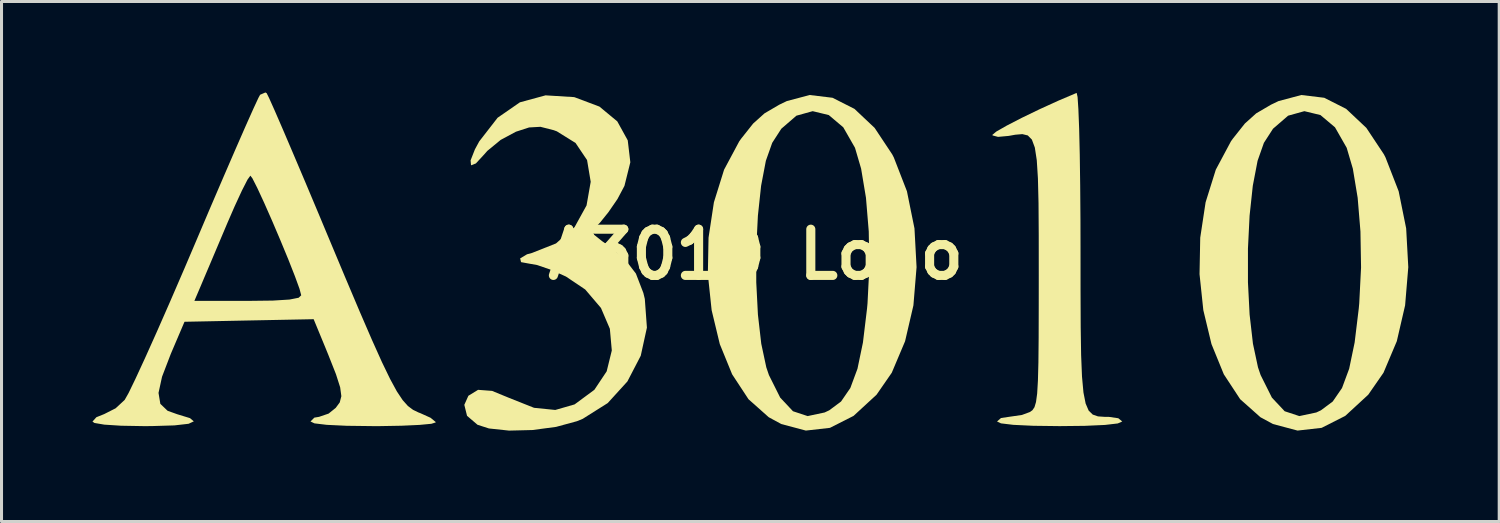
<source format=kicad_pcb>
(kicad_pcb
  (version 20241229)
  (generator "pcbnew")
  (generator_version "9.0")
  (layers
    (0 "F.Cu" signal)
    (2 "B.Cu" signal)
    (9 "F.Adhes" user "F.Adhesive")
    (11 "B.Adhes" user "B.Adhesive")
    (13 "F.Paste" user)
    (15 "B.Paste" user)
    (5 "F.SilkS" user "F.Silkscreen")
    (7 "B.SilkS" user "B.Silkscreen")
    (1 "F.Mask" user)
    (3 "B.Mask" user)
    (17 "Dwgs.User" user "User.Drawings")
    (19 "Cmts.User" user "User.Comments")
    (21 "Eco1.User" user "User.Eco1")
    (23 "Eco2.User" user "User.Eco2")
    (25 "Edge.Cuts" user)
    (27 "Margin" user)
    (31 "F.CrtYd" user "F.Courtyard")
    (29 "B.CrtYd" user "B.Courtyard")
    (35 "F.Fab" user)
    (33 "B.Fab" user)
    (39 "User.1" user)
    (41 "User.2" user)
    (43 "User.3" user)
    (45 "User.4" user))
  (footprint "A3010 Logo"
    (layer "F.Cu")
    (at 21.881 5.345)
    (property "Reference" "A3010 Logo" (at 0 0 0) (layer "F.SilkS") (effects (font (size 1.524 1.524) (thickness 0.3))))
    (attr board_only exclude_from_pos_files exclude_from_bom)
    (fp_poly (pts (xy 10.614 -5.195) (xy 10.641 -4.789) (xy 10.666 -4.147) (xy 10.686 -3.304) (xy 10.7 -2.295) (xy 10.709 -1.154) (xy 10.711 -0.253) (xy 10.712 1.203) (xy 10.717 2.383) (xy 10.731 3.315) (xy 10.76 4.028) (xy 10.808 4.552) (xy 10.88 4.916) (xy 10.98 5.149) (xy 11.115 5.281) (xy 11.287 5.34) (xy 11.503 5.355) (xy 11.64 5.355) (xy 11.957 5.401) (xy 12.088 5.508) (xy 11.94 5.573) (xy 11.517 5.622) (xy 10.847 5.652) (xy 10.022 5.661) (xy 9.15 5.65) (xy 8.495 5.619) (xy 8.087 5.57) (xy 7.957 5.508) (xy 8.088 5.394) (xy 8.349 5.355) (xy 8.778 5.293) (xy 9.038 5.197) (xy 9.124 5.137) (xy 9.192 5.038) (xy 9.243 4.866) (xy 9.281 4.585) (xy 9.306 4.162) (xy 9.322 3.562) (xy 9.33 2.752) (xy 9.333 1.696) (xy 9.334 0.702) (xy 9.333 -0.635) (xy 9.326 -1.696) (xy 9.306 -2.512) (xy 9.268 -3.112) (xy 9.204 -3.528) (xy 9.107 -3.79) (xy 8.972 -3.927) (xy 8.792 -3.971) (xy 8.559 -3.951) (xy 8.341 -3.912) (xy 7.99 -3.88) (xy 7.81 -3.928) (xy 7.804 -3.947) (xy 7.933 -4.055) (xy 8.28 -4.253) (xy 8.78 -4.511) (xy 9.37 -4.796) (xy 9.987 -5.077) (xy 10.566 -5.323) (xy 10.584 -5.33)) (stroke (width 0) (type solid)) (fill yes) (layer "F.SilkS"))
    (fp_poly (pts (xy 2.531 -5.17) (xy 3.254 -4.804) (xy 3.919 -4.177) (xy 4.499 -3.304) (xy 4.553 -3.2) (xy 4.985 -2.087) (xy 5.234 -0.86) (xy 5.303 0.417) (xy 5.199 1.678) (xy 4.924 2.861) (xy 4.485 3.9) (xy 3.983 4.625) (xy 3.224 5.324) (xy 2.446 5.718) (xy 1.651 5.808) (xy 0.84 5.592) (xy 0.427 5.368) (xy -0.241 4.774) (xy -0.781 3.952) (xy -1.188 2.955) (xy -1.457 1.836) (xy -1.582 0.649) (xy -1.566 -0.195) (xy 0.015 -0.195) (xy 0.015 0.916) (xy 0.07 1.985) (xy 0.18 2.943) (xy 0.346 3.721) (xy 0.433 3.977) (xy 0.805 4.721) (xy 1.226 5.17) (xy 1.71 5.33) (xy 2.27 5.211) (xy 2.423 5.139) (xy 2.812 4.849) (xy 3.118 4.404) (xy 3.354 3.768) (xy 3.534 2.904) (xy 3.67 1.776) (xy 3.685 1.611) (xy 3.745 0.426) (xy 3.726 -0.76) (xy 3.634 -1.872) (xy 3.474 -2.831) (xy 3.272 -3.52) (xy 2.885 -4.196) (xy 2.406 -4.6) (xy 1.876 -4.728) (xy 1.34 -4.579) (xy 0.842 -4.149) (xy 0.541 -3.683) (xy 0.332 -3.092) (xy 0.175 -2.268) (xy 0.069 -1.279) (xy 0.015 -0.195) (xy -1.566 -0.195) (xy -1.559 -0.555) (xy -1.382 -1.722) (xy -1.046 -2.799) (xy -0.545 -3.735) (xy -0.48 -3.825) (xy -0.087 -4.32) (xy 0.287 -4.656) (xy 0.772 -4.94) (xy 1.023 -5.061) (xy 1.778 -5.261)) (stroke (width 0) (type solid)) (fill yes) (layer "F.SilkS"))
    (fp_poly (pts (xy 18.75 -5.17) (xy 19.473 -4.804) (xy 20.139 -4.177) (xy 20.719 -3.304) (xy 20.772 -3.2) (xy 21.205 -2.087) (xy 21.453 -0.86) (xy 21.523 0.417) (xy 21.418 1.678) (xy 21.144 2.861) (xy 20.705 3.9) (xy 20.202 4.625) (xy 19.443 5.324) (xy 18.665 5.718) (xy 17.87 5.808) (xy 17.06 5.592) (xy 16.646 5.368) (xy 15.978 4.774) (xy 15.438 3.952) (xy 15.031 2.955) (xy 14.762 1.836) (xy 14.637 0.649) (xy 14.653 -0.195) (xy 16.234 -0.195) (xy 16.234 0.916) (xy 16.289 1.985) (xy 16.399 2.943) (xy 16.565 3.721) (xy 16.652 3.977) (xy 17.024 4.721) (xy 17.445 5.17) (xy 17.929 5.33) (xy 18.489 5.211) (xy 18.642 5.139) (xy 19.031 4.849) (xy 19.337 4.404) (xy 19.573 3.768) (xy 19.753 2.904) (xy 19.89 1.776) (xy 19.905 1.611) (xy 19.965 0.426) (xy 19.945 -0.76) (xy 19.853 -1.872) (xy 19.694 -2.831) (xy 19.491 -3.52) (xy 19.105 -4.196) (xy 18.625 -4.6) (xy 18.095 -4.728) (xy 17.559 -4.579) (xy 17.061 -4.149) (xy 16.76 -3.683) (xy 16.552 -3.092) (xy 16.394 -2.268) (xy 16.288 -1.279) (xy 16.234 -0.195) (xy 14.653 -0.195) (xy 14.66 -0.555) (xy 14.837 -1.722) (xy 15.174 -2.799) (xy 15.674 -3.735) (xy 15.739 -3.825) (xy 16.132 -4.32) (xy 16.506 -4.656) (xy 16.991 -4.94) (xy 17.243 -5.061) (xy 17.997 -5.261)) (stroke (width 0) (type solid)) (fill yes) (layer "F.SilkS"))
    (fp_poly (pts (xy -6 -5.192) (xy -5.973 -5.186) (xy -5.158 -4.879) (xy -4.569 -4.391) (xy -4.224 -3.765) (xy -4.139 -3.042) (xy -4.333 -2.263) (xy -4.564 -1.828) (xy -4.862 -1.395) (xy -5.139 -1.051) (xy -5.25 -0.94) (xy -5.381 -0.793) (xy -5.333 -0.65) (xy -5.069 -0.439) (xy -4.948 -0.356) (xy -4.342 0.124) (xy -3.955 0.629) (xy -3.709 1.268) (xy -3.661 1.466) (xy -3.592 2.412) (xy -3.795 3.339) (xy -4.236 4.188) (xy -4.885 4.901) (xy -5.708 5.42) (xy -5.9 5.499) (xy -6.587 5.686) (xy -7.368 5.79) (xy -8.14 5.809) (xy -8.803 5.738) (xy -9.179 5.617) (xy -9.525 5.322) (xy -9.615 4.959) (xy -9.481 4.66) (xy -9.161 4.464) (xy -8.699 4.499) (xy -8.135 4.731) (xy -7.315 5.057) (xy -6.614 5.128) (xy -5.985 4.947) (xy -5.971 4.94) (xy -5.325 4.463) (xy -4.919 3.854) (xy -4.75 3.166) (xy -4.814 2.451) (xy -5.108 1.763) (xy -5.627 1.154) (xy -6.263 0.727) (xy -6.77 0.499) (xy -7.22 0.346) (xy -7.449 0.306) (xy -7.744 0.252) (xy -7.773 0.128) (xy -7.546 -0.007) (xy -7.383 -0.051) (xy -6.591 -0.365) (xy -5.978 -0.903) (xy -5.583 -1.619) (xy -5.446 -2.399) (xy -5.566 -3.114) (xy -5.946 -3.679) (xy -6.563 -4.063) (xy -6.667 -4.101) (xy -7.103 -4.212) (xy -7.478 -4.191) (xy -7.913 -4.05) (xy -8.416 -3.78) (xy -8.856 -3.418) (xy -8.941 -3.321) (xy -9.233 -3.004) (xy -9.393 -2.942) (xy -9.408 -3.105) (xy -9.266 -3.467) (xy -9.122 -3.732) (xy -8.517 -4.511) (xy -7.781 -5.02) (xy -6.935 -5.25)) (stroke (width 0) (type solid)) (fill yes) (layer "F.SilkS"))
    (fp_poly (pts (xy -16.135 -5.322) (xy -16.056 -5.164) (xy -15.874 -4.757) (xy -15.605 -4.137) (xy -15.263 -3.336) (xy -14.862 -2.391) (xy -14.418 -1.335) (xy -14.156 -0.708) (xy -13.561 0.713) (xy -13.068 1.878) (xy -12.663 2.814) (xy -12.333 3.548) (xy -12.063 4.106) (xy -11.84 4.516) (xy -11.648 4.804) (xy -11.475 4.998) (xy -11.306 5.124) (xy -11.128 5.21) (xy -11.065 5.234) (xy -10.728 5.386) (xy -10.562 5.523) (xy -10.558 5.539) (xy -10.702 5.584) (xy -11.095 5.621) (xy -11.684 5.648) (xy -12.411 5.661) (xy -12.623 5.661) (xy -13.496 5.65) (xy -14.151 5.619) (xy -14.559 5.57) (xy -14.689 5.508) (xy -14.562 5.381) (xy -14.407 5.355) (xy -14.092 5.248) (xy -13.858 5.06) (xy -13.724 4.879) (xy -13.671 4.673) (xy -13.71 4.383) (xy -13.849 3.948) (xy -14.101 3.31) (xy -14.189 3.094) (xy -14.585 2.134) (xy -16.715 2.176) (xy -18.845 2.219) (xy -19.299 3.283) (xy -19.586 4.032) (xy -19.702 4.566) (xy -19.642 4.927) (xy -19.403 5.155) (xy -19.088 5.268) (xy -18.663 5.398) (xy -18.538 5.504) (xy -18.711 5.584) (xy -19.177 5.637) (xy -19.933 5.66) (xy -20.198 5.661) (xy -20.937 5.648) (xy -21.491 5.612) (xy -21.815 5.557) (xy -21.881 5.511) (xy -21.751 5.367) (xy -21.496 5.265) (xy -21.117 5.073) (xy -20.819 4.797) (xy -20.69 4.57) (xy -20.461 4.097) (xy -20.145 3.413) (xy -19.76 2.555) (xy -19.322 1.558) (xy -19.31 1.53) (xy -18.519 1.53) (xy -16.757 1.53) (xy -15.931 1.52) (xy -15.381 1.486) (xy -15.079 1.426) (xy -14.995 1.346) (xy -15.051 1.133) (xy -15.202 0.718) (xy -15.42 0.164) (xy -15.681 -0.467) (xy -15.956 -1.113) (xy -16.22 -1.711) (xy -16.446 -2.199) (xy -16.607 -2.515) (xy -16.672 -2.601) (xy -16.767 -2.469) (xy -16.95 -2.111) (xy -17.194 -1.583) (xy -17.433 -1.033) (xy -17.726 -0.34) (xy -17.996 0.299) (xy -18.209 0.8) (xy -18.307 1.033) (xy -18.519 1.53) (xy -19.31 1.53) (xy -18.847 0.459) (xy -18.502 -0.35) (xy -18.019 -1.487) (xy -17.569 -2.535) (xy -17.168 -3.461) (xy -16.831 -4.231) (xy -16.572 -4.811) (xy -16.406 -5.168) (xy -16.351 -5.269) (xy -16.177 -5.345)) (stroke (width 0) (type solid)) (fill yes) (layer "F.SilkS")))
  (gr_rect
    (start -3 -3)
    (end 46.403 14.153)
    (stroke (width 0.1) (type default))
    (fill no)
    (layer "Edge.Cuts")))
</source>
